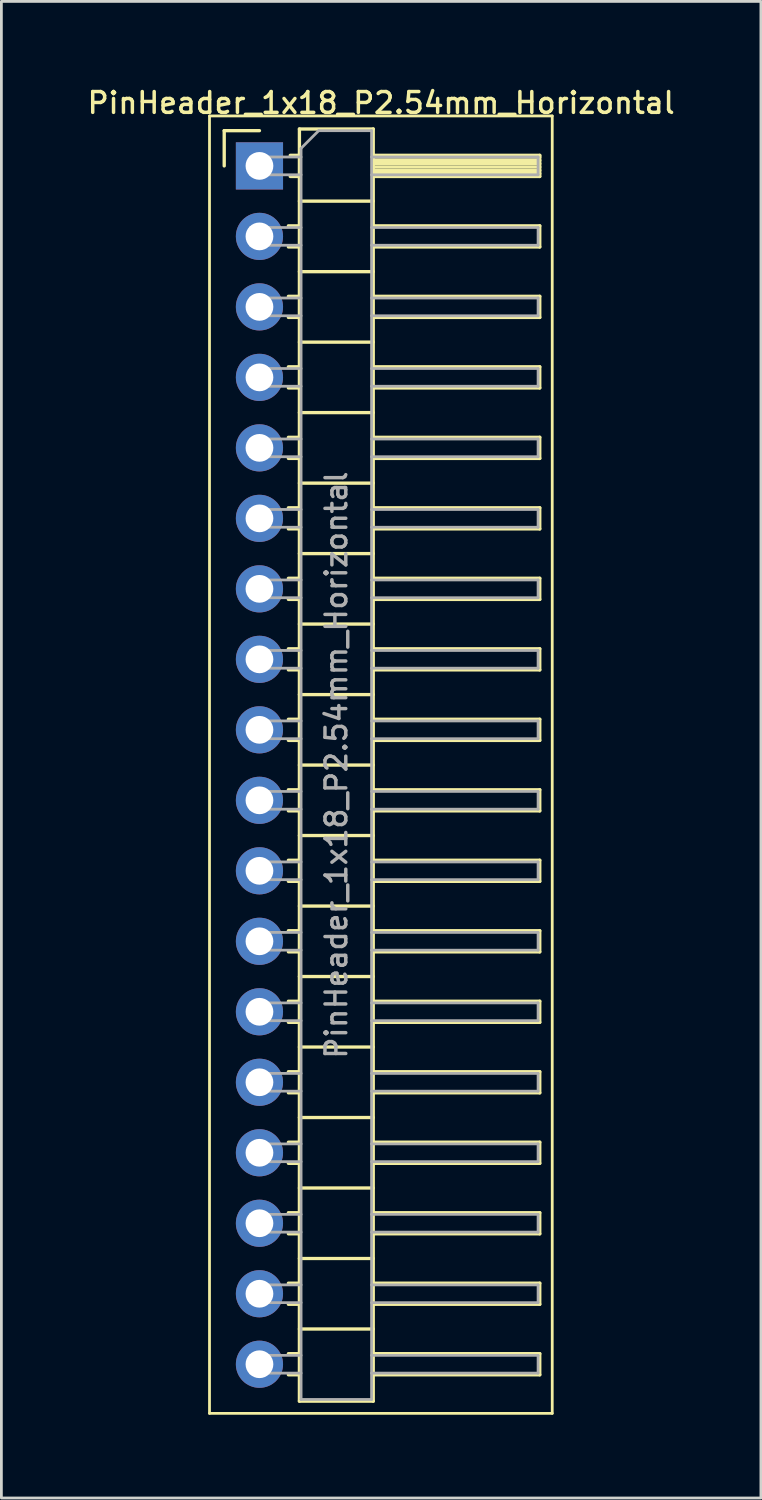
<source format=kicad_pcb>
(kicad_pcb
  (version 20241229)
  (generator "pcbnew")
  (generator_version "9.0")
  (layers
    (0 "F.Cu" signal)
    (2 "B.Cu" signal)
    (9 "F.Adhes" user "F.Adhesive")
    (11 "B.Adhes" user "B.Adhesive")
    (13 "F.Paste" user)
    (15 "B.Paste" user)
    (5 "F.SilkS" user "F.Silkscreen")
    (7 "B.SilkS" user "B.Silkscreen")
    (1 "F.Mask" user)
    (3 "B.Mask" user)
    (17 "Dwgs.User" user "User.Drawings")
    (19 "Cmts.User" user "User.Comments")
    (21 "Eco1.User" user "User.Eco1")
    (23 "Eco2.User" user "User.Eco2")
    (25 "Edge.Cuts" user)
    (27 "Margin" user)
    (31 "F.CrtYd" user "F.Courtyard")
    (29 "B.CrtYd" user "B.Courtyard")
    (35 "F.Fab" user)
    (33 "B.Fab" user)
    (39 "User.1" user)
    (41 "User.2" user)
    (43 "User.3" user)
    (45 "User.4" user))
  (footprint "PinHeader_1x18_P2.54mm_Horizontal"
    (layer "F.Cu")
    (at 6.299 2.928)
    (property "Reference" "PinHeader_1x18_P2.54mm_Horizontal" (at 4.385 -2.27 0) (layer "F.SilkS") (effects (font (size 0.75 0.75) (thickness 0.125))))
    (attr through_hole)
    (fp_line (start -1.8 -1.8) (end -1.8 44.95) (stroke (width 0.1) (type solid)) (layer "F.SilkS"))
    (fp_line (start -1.8 44.95) (end 10.55 44.95) (stroke (width 0.1) (type solid)) (layer "F.SilkS"))
    (fp_line (start -1.27 -1.27) (end 0 -1.27) (stroke (width 0.12) (type solid)) (layer "F.SilkS"))
    (fp_line (start -1.27 0) (end -1.27 -1.27) (stroke (width 0.12) (type solid)) (layer "F.SilkS"))
    (fp_line (start 1.043 2.16) (end 1.44 2.16) (stroke (width 0.12) (type solid)) (layer "F.SilkS"))
    (fp_line (start 1.043 2.92) (end 1.44 2.92) (stroke (width 0.12) (type solid)) (layer "F.SilkS"))
    (fp_line (start 1.043 4.7) (end 1.44 4.7) (stroke (width 0.12) (type solid)) (layer "F.SilkS"))
    (fp_line (start 1.043 5.46) (end 1.44 5.46) (stroke (width 0.12) (type solid)) (layer "F.SilkS"))
    (fp_line (start 1.043 7.24) (end 1.44 7.24) (stroke (width 0.12) (type solid)) (layer "F.SilkS"))
    (fp_line (start 1.043 8) (end 1.44 8) (stroke (width 0.12) (type solid)) (layer "F.SilkS"))
    (fp_line (start 1.043 9.78) (end 1.44 9.78) (stroke (width 0.12) (type solid)) (layer "F.SilkS"))
    (fp_line (start 1.043 10.54) (end 1.44 10.54) (stroke (width 0.12) (type solid)) (layer "F.SilkS"))
    (fp_line (start 1.043 12.32) (end 1.44 12.32) (stroke (width 0.12) (type solid)) (layer "F.SilkS"))
    (fp_line (start 1.043 13.08) (end 1.44 13.08) (stroke (width 0.12) (type solid)) (layer "F.SilkS"))
    (fp_line (start 1.043 14.86) (end 1.44 14.86) (stroke (width 0.12) (type solid)) (layer "F.SilkS"))
    (fp_line (start 1.043 15.62) (end 1.44 15.62) (stroke (width 0.12) (type solid)) (layer "F.SilkS"))
    (fp_line (start 1.043 17.4) (end 1.44 17.4) (stroke (width 0.12) (type solid)) (layer "F.SilkS"))
    (fp_line (start 1.043 18.16) (end 1.44 18.16) (stroke (width 0.12) (type solid)) (layer "F.SilkS"))
    (fp_line (start 1.043 19.94) (end 1.44 19.94) (stroke (width 0.12) (type solid)) (layer "F.SilkS"))
    (fp_line (start 1.043 20.7) (end 1.44 20.7) (stroke (width 0.12) (type solid)) (layer "F.SilkS"))
    (fp_line (start 1.043 22.48) (end 1.44 22.48) (stroke (width 0.12) (type solid)) (layer "F.SilkS"))
    (fp_line (start 1.043 23.24) (end 1.44 23.24) (stroke (width 0.12) (type solid)) (layer "F.SilkS"))
    (fp_line (start 1.043 25.02) (end 1.44 25.02) (stroke (width 0.12) (type solid)) (layer "F.SilkS"))
    (fp_line (start 1.043 25.78) (end 1.44 25.78) (stroke (width 0.12) (type solid)) (layer "F.SilkS"))
    (fp_line (start 1.043 27.56) (end 1.44 27.56) (stroke (width 0.12) (type solid)) (layer "F.SilkS"))
    (fp_line (start 1.043 28.32) (end 1.44 28.32) (stroke (width 0.12) (type solid)) (layer "F.SilkS"))
    (fp_line (start 1.043 30.1) (end 1.44 30.1) (stroke (width 0.12) (type solid)) (layer "F.SilkS"))
    (fp_line (start 1.043 30.86) (end 1.44 30.86) (stroke (width 0.12) (type solid)) (layer "F.SilkS"))
    (fp_line (start 1.043 32.64) (end 1.44 32.64) (stroke (width 0.12) (type solid)) (layer "F.SilkS"))
    (fp_line (start 1.043 33.4) (end 1.44 33.4) (stroke (width 0.12) (type solid)) (layer "F.SilkS"))
    (fp_line (start 1.043 35.18) (end 1.44 35.18) (stroke (width 0.12) (type solid)) (layer "F.SilkS"))
    (fp_line (start 1.043 35.94) (end 1.44 35.94) (stroke (width 0.12) (type solid)) (layer "F.SilkS"))
    (fp_line (start 1.043 37.72) (end 1.44 37.72) (stroke (width 0.12) (type solid)) (layer "F.SilkS"))
    (fp_line (start 1.043 38.48) (end 1.44 38.48) (stroke (width 0.12) (type solid)) (layer "F.SilkS"))
    (fp_line (start 1.043 40.26) (end 1.44 40.26) (stroke (width 0.12) (type solid)) (layer "F.SilkS"))
    (fp_line (start 1.043 41.02) (end 1.44 41.02) (stroke (width 0.12) (type solid)) (layer "F.SilkS"))
    (fp_line (start 1.043 42.8) (end 1.44 42.8) (stroke (width 0.12) (type solid)) (layer "F.SilkS"))
    (fp_line (start 1.043 43.56) (end 1.44 43.56) (stroke (width 0.12) (type solid)) (layer "F.SilkS"))
    (fp_line (start 1.11 -0.38) (end 1.44 -0.38) (stroke (width 0.12) (type solid)) (layer "F.SilkS"))
    (fp_line (start 1.11 0.38) (end 1.44 0.38) (stroke (width 0.12) (type solid)) (layer "F.SilkS"))
    (fp_line (start 1.44 -1.33) (end 1.44 44.51) (stroke (width 0.12) (type solid)) (layer "F.SilkS"))
    (fp_line (start 1.44 1.27) (end 4.1 1.27) (stroke (width 0.12) (type solid)) (layer "F.SilkS"))
    (fp_line (start 1.44 3.81) (end 4.1 3.81) (stroke (width 0.12) (type solid)) (layer "F.SilkS"))
    (fp_line (start 1.44 6.35) (end 4.1 6.35) (stroke (width 0.12) (type solid)) (layer "F.SilkS"))
    (fp_line (start 1.44 8.89) (end 4.1 8.89) (stroke (width 0.12) (type solid)) (layer "F.SilkS"))
    (fp_line (start 1.44 11.43) (end 4.1 11.43) (stroke (width 0.12) (type solid)) (layer "F.SilkS"))
    (fp_line (start 1.44 13.97) (end 4.1 13.97) (stroke (width 0.12) (type solid)) (layer "F.SilkS"))
    (fp_line (start 1.44 16.51) (end 4.1 16.51) (stroke (width 0.12) (type solid)) (layer "F.SilkS"))
    (fp_line (start 1.44 19.05) (end 4.1 19.05) (stroke (width 0.12) (type solid)) (layer "F.SilkS"))
    (fp_line (start 1.44 21.59) (end 4.1 21.59) (stroke (width 0.12) (type solid)) (layer "F.SilkS"))
    (fp_line (start 1.44 24.13) (end 4.1 24.13) (stroke (width 0.12) (type solid)) (layer "F.SilkS"))
    (fp_line (start 1.44 26.67) (end 4.1 26.67) (stroke (width 0.12) (type solid)) (layer "F.SilkS"))
    (fp_line (start 1.44 29.21) (end 4.1 29.21) (stroke (width 0.12) (type solid)) (layer "F.SilkS"))
    (fp_line (start 1.44 31.75) (end 4.1 31.75) (stroke (width 0.12) (type solid)) (layer "F.SilkS"))
    (fp_line (start 1.44 34.29) (end 4.1 34.29) (stroke (width 0.12) (type solid)) (layer "F.SilkS"))
    (fp_line (start 1.44 36.83) (end 4.1 36.83) (stroke (width 0.12) (type solid)) (layer "F.SilkS"))
    (fp_line (start 1.44 39.37) (end 4.1 39.37) (stroke (width 0.12) (type solid)) (layer "F.SilkS"))
    (fp_line (start 1.44 41.91) (end 4.1 41.91) (stroke (width 0.12) (type solid)) (layer "F.SilkS"))
    (fp_line (start 1.44 44.51) (end 4.1 44.51) (stroke (width 0.12) (type solid)) (layer "F.SilkS"))
    (fp_line (start 4.1 -1.33) (end 1.44 -1.33) (stroke (width 0.12) (type solid)) (layer "F.SilkS"))
    (fp_line (start 4.1 -0.38) (end 10.1 -0.38) (stroke (width 0.12) (type solid)) (layer "F.SilkS"))
    (fp_line (start 4.1 -0.32) (end 10.1 -0.32) (stroke (width 0.12) (type solid)) (layer "F.SilkS"))
    (fp_line (start 4.1 -0.2) (end 10.1 -0.2) (stroke (width 0.12) (type solid)) (layer "F.SilkS"))
    (fp_line (start 4.1 -0.08) (end 10.1 -0.08) (stroke (width 0.12) (type solid)) (layer "F.SilkS"))
    (fp_line (start 4.1 0.04) (end 10.1 0.04) (stroke (width 0.12) (type solid)) (layer "F.SilkS"))
    (fp_line (start 4.1 0.16) (end 10.1 0.16) (stroke (width 0.12) (type solid)) (layer "F.SilkS"))
    (fp_line (start 4.1 0.28) (end 10.1 0.28) (stroke (width 0.12) (type solid)) (layer "F.SilkS"))
    (fp_line (start 4.1 2.16) (end 10.1 2.16) (stroke (width 0.12) (type solid)) (layer "F.SilkS"))
    (fp_line (start 4.1 4.7) (end 10.1 4.7) (stroke (width 0.12) (type solid)) (layer "F.SilkS"))
    (fp_line (start 4.1 7.24) (end 10.1 7.24) (stroke (width 0.12) (type solid)) (layer "F.SilkS"))
    (fp_line (start 4.1 9.78) (end 10.1 9.78) (stroke (width 0.12) (type solid)) (layer "F.SilkS"))
    (fp_line (start 4.1 12.32) (end 10.1 12.32) (stroke (width 0.12) (type solid)) (layer "F.SilkS"))
    (fp_line (start 4.1 14.86) (end 10.1 14.86) (stroke (width 0.12) (type solid)) (layer "F.SilkS"))
    (fp_line (start 4.1 17.4) (end 10.1 17.4) (stroke (width 0.12) (type solid)) (layer "F.SilkS"))
    (fp_line (start 4.1 19.94) (end 10.1 19.94) (stroke (width 0.12) (type solid)) (layer "F.SilkS"))
    (fp_line (start 4.1 22.48) (end 10.1 22.48) (stroke (width 0.12) (type solid)) (layer "F.SilkS"))
    (fp_line (start 4.1 25.02) (end 10.1 25.02) (stroke (width 0.12) (type solid)) (layer "F.SilkS"))
    (fp_line (start 4.1 27.56) (end 10.1 27.56) (stroke (width 0.12) (type solid)) (layer "F.SilkS"))
    (fp_line (start 4.1 30.1) (end 10.1 30.1) (stroke (width 0.12) (type solid)) (layer "F.SilkS"))
    (fp_line (start 4.1 32.64) (end 10.1 32.64) (stroke (width 0.12) (type solid)) (layer "F.SilkS"))
    (fp_line (start 4.1 35.18) (end 10.1 35.18) (stroke (width 0.12) (type solid)) (layer "F.SilkS"))
    (fp_line (start 4.1 37.72) (end 10.1 37.72) (stroke (width 0.12) (type solid)) (layer "F.SilkS"))
    (fp_line (start 4.1 40.26) (end 10.1 40.26) (stroke (width 0.12) (type solid)) (layer "F.SilkS"))
    (fp_line (start 4.1 42.8) (end 10.1 42.8) (stroke (width 0.12) (type solid)) (layer "F.SilkS"))
    (fp_line (start 4.1 44.51) (end 4.1 -1.33) (stroke (width 0.12) (type solid)) (layer "F.SilkS"))
    (fp_line (start 10.1 -0.38) (end 10.1 0.38) (stroke (width 0.12) (type solid)) (layer "F.SilkS"))
    (fp_line (start 10.1 0.38) (end 4.1 0.38) (stroke (width 0.12) (type solid)) (layer "F.SilkS"))
    (fp_line (start 10.1 2.16) (end 10.1 2.92) (stroke (width 0.12) (type solid)) (layer "F.SilkS"))
    (fp_line (start 10.1 2.92) (end 4.1 2.92) (stroke (width 0.12) (type solid)) (layer "F.SilkS"))
    (fp_line (start 10.1 4.7) (end 10.1 5.46) (stroke (width 0.12) (type solid)) (layer "F.SilkS"))
    (fp_line (start 10.1 5.46) (end 4.1 5.46) (stroke (width 0.12) (type solid)) (layer "F.SilkS"))
    (fp_line (start 10.1 7.24) (end 10.1 8) (stroke (width 0.12) (type solid)) (layer "F.SilkS"))
    (fp_line (start 10.1 8) (end 4.1 8) (stroke (width 0.12) (type solid)) (layer "F.SilkS"))
    (fp_line (start 10.1 9.78) (end 10.1 10.54) (stroke (width 0.12) (type solid)) (layer "F.SilkS"))
    (fp_line (start 10.1 10.54) (end 4.1 10.54) (stroke (width 0.12) (type solid)) (layer "F.SilkS"))
    (fp_line (start 10.1 12.32) (end 10.1 13.08) (stroke (width 0.12) (type solid)) (layer "F.SilkS"))
    (fp_line (start 10.1 13.08) (end 4.1 13.08) (stroke (width 0.12) (type solid)) (layer "F.SilkS"))
    (fp_line (start 10.1 14.86) (end 10.1 15.62) (stroke (width 0.12) (type solid)) (layer "F.SilkS"))
    (fp_line (start 10.1 15.62) (end 4.1 15.62) (stroke (width 0.12) (type solid)) (layer "F.SilkS"))
    (fp_line (start 10.1 17.4) (end 10.1 18.16) (stroke (width 0.12) (type solid)) (layer "F.SilkS"))
    (fp_line (start 10.1 18.16) (end 4.1 18.16) (stroke (width 0.12) (type solid)) (layer "F.SilkS"))
    (fp_line (start 10.1 19.94) (end 10.1 20.7) (stroke (width 0.12) (type solid)) (layer "F.SilkS"))
    (fp_line (start 10.1 20.7) (end 4.1 20.7) (stroke (width 0.12) (type solid)) (layer "F.SilkS"))
    (fp_line (start 10.1 22.48) (end 10.1 23.24) (stroke (width 0.12) (type solid)) (layer "F.SilkS"))
    (fp_line (start 10.1 23.24) (end 4.1 23.24) (stroke (width 0.12) (type solid)) (layer "F.SilkS"))
    (fp_line (start 10.1 25.02) (end 10.1 25.78) (stroke (width 0.12) (type solid)) (layer "F.SilkS"))
    (fp_line (start 10.1 25.78) (end 4.1 25.78) (stroke (width 0.12) (type solid)) (layer "F.SilkS"))
    (fp_line (start 10.1 27.56) (end 10.1 28.32) (stroke (width 0.12) (type solid)) (layer "F.SilkS"))
    (fp_line (start 10.1 28.32) (end 4.1 28.32) (stroke (width 0.12) (type solid)) (layer "F.SilkS"))
    (fp_line (start 10.1 30.1) (end 10.1 30.86) (stroke (width 0.12) (type solid)) (layer "F.SilkS"))
    (fp_line (start 10.1 30.86) (end 4.1 30.86) (stroke (width 0.12) (type solid)) (layer "F.SilkS"))
    (fp_line (start 10.1 32.64) (end 10.1 33.4) (stroke (width 0.12) (type solid)) (layer "F.SilkS"))
    (fp_line (start 10.1 33.4) (end 4.1 33.4) (stroke (width 0.12) (type solid)) (layer "F.SilkS"))
    (fp_line (start 10.1 35.18) (end 10.1 35.94) (stroke (width 0.12) (type solid)) (layer "F.SilkS"))
    (fp_line (start 10.1 35.94) (end 4.1 35.94) (stroke (width 0.12) (type solid)) (layer "F.SilkS"))
    (fp_line (start 10.1 37.72) (end 10.1 38.48) (stroke (width 0.12) (type solid)) (layer "F.SilkS"))
    (fp_line (start 10.1 38.48) (end 4.1 38.48) (stroke (width 0.12) (type solid)) (layer "F.SilkS"))
    (fp_line (start 10.1 40.26) (end 10.1 41.02) (stroke (width 0.12) (type solid)) (layer "F.SilkS"))
    (fp_line (start 10.1 41.02) (end 4.1 41.02) (stroke (width 0.12) (type solid)) (layer "F.SilkS"))
    (fp_line (start 10.1 42.8) (end 10.1 43.56) (stroke (width 0.12) (type solid)) (layer "F.SilkS"))
    (fp_line (start 10.1 43.56) (end 4.1 43.56) (stroke (width 0.12) (type solid)) (layer "F.SilkS"))
    (fp_line (start 10.55 -1.8) (end -1.8 -1.8) (stroke (width 0.1) (type solid)) (layer "F.SilkS"))
    (fp_line (start 10.55 44.95) (end 10.55 -1.8) (stroke (width 0.1) (type solid)) (layer "F.SilkS"))
    (fp_line (start -0.32 -0.32) (end -0.32 0.32) (stroke (width 0.1) (type solid)) (layer "F.Fab"))
    (fp_line (start -0.32 -0.32) (end 1.5 -0.32) (stroke (width 0.1) (type solid)) (layer "F.Fab"))
    (fp_line (start -0.32 0.32) (end 1.5 0.32) (stroke (width 0.1) (type solid)) (layer "F.Fab"))
    (fp_line (start -0.32 2.22) (end -0.32 2.86) (stroke (width 0.1) (type solid)) (layer "F.Fab"))
    (fp_line (start -0.32 2.22) (end 1.5 2.22) (stroke (width 0.1) (type solid)) (layer "F.Fab"))
    (fp_line (start -0.32 2.86) (end 1.5 2.86) (stroke (width 0.1) (type solid)) (layer "F.Fab"))
    (fp_line (start -0.32 4.76) (end -0.32 5.4) (stroke (width 0.1) (type solid)) (layer "F.Fab"))
    (fp_line (start -0.32 4.76) (end 1.5 4.76) (stroke (width 0.1) (type solid)) (layer "F.Fab"))
    (fp_line (start -0.32 5.4) (end 1.5 5.4) (stroke (width 0.1) (type solid)) (layer "F.Fab"))
    (fp_line (start -0.32 7.3) (end -0.32 7.94) (stroke (width 0.1) (type solid)) (layer "F.Fab"))
    (fp_line (start -0.32 7.3) (end 1.5 7.3) (stroke (width 0.1) (type solid)) (layer "F.Fab"))
    (fp_line (start -0.32 7.94) (end 1.5 7.94) (stroke (width 0.1) (type solid)) (layer "F.Fab"))
    (fp_line (start -0.32 9.84) (end -0.32 10.48) (stroke (width 0.1) (type solid)) (layer "F.Fab"))
    (fp_line (start -0.32 9.84) (end 1.5 9.84) (stroke (width 0.1) (type solid)) (layer "F.Fab"))
    (fp_line (start -0.32 10.48) (end 1.5 10.48) (stroke (width 0.1) (type solid)) (layer "F.Fab"))
    (fp_line (start -0.32 12.38) (end -0.32 13.02) (stroke (width 0.1) (type solid)) (layer "F.Fab"))
    (fp_line (start -0.32 12.38) (end 1.5 12.38) (stroke (width 0.1) (type solid)) (layer "F.Fab"))
    (fp_line (start -0.32 13.02) (end 1.5 13.02) (stroke (width 0.1) (type solid)) (layer "F.Fab"))
    (fp_line (start -0.32 14.92) (end -0.32 15.56) (stroke (width 0.1) (type solid)) (layer "F.Fab"))
    (fp_line (start -0.32 14.92) (end 1.5 14.92) (stroke (width 0.1) (type solid)) (layer "F.Fab"))
    (fp_line (start -0.32 15.56) (end 1.5 15.56) (stroke (width 0.1) (type solid)) (layer "F.Fab"))
    (fp_line (start -0.32 17.46) (end -0.32 18.1) (stroke (width 0.1) (type solid)) (layer "F.Fab"))
    (fp_line (start -0.32 17.46) (end 1.5 17.46) (stroke (width 0.1) (type solid)) (layer "F.Fab"))
    (fp_line (start -0.32 18.1) (end 1.5 18.1) (stroke (width 0.1) (type solid)) (layer "F.Fab"))
    (fp_line (start -0.32 20) (end -0.32 20.64) (stroke (width 0.1) (type solid)) (layer "F.Fab"))
    (fp_line (start -0.32 20) (end 1.5 20) (stroke (width 0.1) (type solid)) (layer "F.Fab"))
    (fp_line (start -0.32 20.64) (end 1.5 20.64) (stroke (width 0.1) (type solid)) (layer "F.Fab"))
    (fp_line (start -0.32 22.54) (end -0.32 23.18) (stroke (width 0.1) (type solid)) (layer "F.Fab"))
    (fp_line (start -0.32 22.54) (end 1.5 22.54) (stroke (width 0.1) (type solid)) (layer "F.Fab"))
    (fp_line (start -0.32 23.18) (end 1.5 23.18) (stroke (width 0.1) (type solid)) (layer "F.Fab"))
    (fp_line (start -0.32 25.08) (end -0.32 25.72) (stroke (width 0.1) (type solid)) (layer "F.Fab"))
    (fp_line (start -0.32 25.08) (end 1.5 25.08) (stroke (width 0.1) (type solid)) (layer "F.Fab"))
    (fp_line (start -0.32 25.72) (end 1.5 25.72) (stroke (width 0.1) (type solid)) (layer "F.Fab"))
    (fp_line (start -0.32 27.62) (end -0.32 28.26) (stroke (width 0.1) (type solid)) (layer "F.Fab"))
    (fp_line (start -0.32 27.62) (end 1.5 27.62) (stroke (width 0.1) (type solid)) (layer "F.Fab"))
    (fp_line (start -0.32 28.26) (end 1.5 28.26) (stroke (width 0.1) (type solid)) (layer "F.Fab"))
    (fp_line (start -0.32 30.16) (end -0.32 30.8) (stroke (width 0.1) (type solid)) (layer "F.Fab"))
    (fp_line (start -0.32 30.16) (end 1.5 30.16) (stroke (width 0.1) (type solid)) (layer "F.Fab"))
    (fp_line (start -0.32 30.8) (end 1.5 30.8) (stroke (width 0.1) (type solid)) (layer "F.Fab"))
    (fp_line (start -0.32 32.7) (end -0.32 33.34) (stroke (width 0.1) (type solid)) (layer "F.Fab"))
    (fp_line (start -0.32 32.7) (end 1.5 32.7) (stroke (width 0.1) (type solid)) (layer "F.Fab"))
    (fp_line (start -0.32 33.34) (end 1.5 33.34) (stroke (width 0.1) (type solid)) (layer "F.Fab"))
    (fp_line (start -0.32 35.24) (end -0.32 35.88) (stroke (width 0.1) (type solid)) (layer "F.Fab"))
    (fp_line (start -0.32 35.24) (end 1.5 35.24) (stroke (width 0.1) (type solid)) (layer "F.Fab"))
    (fp_line (start -0.32 35.88) (end 1.5 35.88) (stroke (width 0.1) (type solid)) (layer "F.Fab"))
    (fp_line (start -0.32 37.78) (end -0.32 38.42) (stroke (width 0.1) (type solid)) (layer "F.Fab"))
    (fp_line (start -0.32 37.78) (end 1.5 37.78) (stroke (width 0.1) (type solid)) (layer "F.Fab"))
    (fp_line (start -0.32 38.42) (end 1.5 38.42) (stroke (width 0.1) (type solid)) (layer "F.Fab"))
    (fp_line (start -0.32 40.32) (end -0.32 40.96) (stroke (width 0.1) (type solid)) (layer "F.Fab"))
    (fp_line (start -0.32 40.32) (end 1.5 40.32) (stroke (width 0.1) (type solid)) (layer "F.Fab"))
    (fp_line (start -0.32 40.96) (end 1.5 40.96) (stroke (width 0.1) (type solid)) (layer "F.Fab"))
    (fp_line (start -0.32 42.86) (end -0.32 43.5) (stroke (width 0.1) (type solid)) (layer "F.Fab"))
    (fp_line (start -0.32 42.86) (end 1.5 42.86) (stroke (width 0.1) (type solid)) (layer "F.Fab"))
    (fp_line (start -0.32 43.5) (end 1.5 43.5) (stroke (width 0.1) (type solid)) (layer "F.Fab"))
    (fp_line (start 1.5 -0.635) (end 2.135 -1.27) (stroke (width 0.1) (type solid)) (layer "F.Fab"))
    (fp_line (start 1.5 44.45) (end 1.5 -0.635) (stroke (width 0.1) (type solid)) (layer "F.Fab"))
    (fp_line (start 2.135 -1.27) (end 4.04 -1.27) (stroke (width 0.1) (type solid)) (layer "F.Fab"))
    (fp_line (start 4.04 -1.27) (end 4.04 44.45) (stroke (width 0.1) (type solid)) (layer "F.Fab"))
    (fp_line (start 4.04 -0.32) (end 10.04 -0.32) (stroke (width 0.1) (type solid)) (layer "F.Fab"))
    (fp_line (start 4.04 0.32) (end 10.04 0.32) (stroke (width 0.1) (type solid)) (layer "F.Fab"))
    (fp_line (start 4.04 2.22) (end 10.04 2.22) (stroke (width 0.1) (type solid)) (layer "F.Fab"))
    (fp_line (start 4.04 2.86) (end 10.04 2.86) (stroke (width 0.1) (type solid)) (layer "F.Fab"))
    (fp_line (start 4.04 4.76) (end 10.04 4.76) (stroke (width 0.1) (type solid)) (layer "F.Fab"))
    (fp_line (start 4.04 5.4) (end 10.04 5.4) (stroke (width 0.1) (type solid)) (layer "F.Fab"))
    (fp_line (start 4.04 7.3) (end 10.04 7.3) (stroke (width 0.1) (type solid)) (layer "F.Fab"))
    (fp_line (start 4.04 7.94) (end 10.04 7.94) (stroke (width 0.1) (type solid)) (layer "F.Fab"))
    (fp_line (start 4.04 9.84) (end 10.04 9.84) (stroke (width 0.1) (type solid)) (layer "F.Fab"))
    (fp_line (start 4.04 10.48) (end 10.04 10.48) (stroke (width 0.1) (type solid)) (layer "F.Fab"))
    (fp_line (start 4.04 12.38) (end 10.04 12.38) (stroke (width 0.1) (type solid)) (layer "F.Fab"))
    (fp_line (start 4.04 13.02) (end 10.04 13.02) (stroke (width 0.1) (type solid)) (layer "F.Fab"))
    (fp_line (start 4.04 14.92) (end 10.04 14.92) (stroke (width 0.1) (type solid)) (layer "F.Fab"))
    (fp_line (start 4.04 15.56) (end 10.04 15.56) (stroke (width 0.1) (type solid)) (layer "F.Fab"))
    (fp_line (start 4.04 17.46) (end 10.04 17.46) (stroke (width 0.1) (type solid)) (layer "F.Fab"))
    (fp_line (start 4.04 18.1) (end 10.04 18.1) (stroke (width 0.1) (type solid)) (layer "F.Fab"))
    (fp_line (start 4.04 20) (end 10.04 20) (stroke (width 0.1) (type solid)) (layer "F.Fab"))
    (fp_line (start 4.04 20.64) (end 10.04 20.64) (stroke (width 0.1) (type solid)) (layer "F.Fab"))
    (fp_line (start 4.04 22.54) (end 10.04 22.54) (stroke (width 0.1) (type solid)) (layer "F.Fab"))
    (fp_line (start 4.04 23.18) (end 10.04 23.18) (stroke (width 0.1) (type solid)) (layer "F.Fab"))
    (fp_line (start 4.04 25.08) (end 10.04 25.08) (stroke (width 0.1) (type solid)) (layer "F.Fab"))
    (fp_line (start 4.04 25.72) (end 10.04 25.72) (stroke (width 0.1) (type solid)) (layer "F.Fab"))
    (fp_line (start 4.04 27.62) (end 10.04 27.62) (stroke (width 0.1) (type solid)) (layer "F.Fab"))
    (fp_line (start 4.04 28.26) (end 10.04 28.26) (stroke (width 0.1) (type solid)) (layer "F.Fab"))
    (fp_line (start 4.04 30.16) (end 10.04 30.16) (stroke (width 0.1) (type solid)) (layer "F.Fab"))
    (fp_line (start 4.04 30.8) (end 10.04 30.8) (stroke (width 0.1) (type solid)) (layer "F.Fab"))
    (fp_line (start 4.04 32.7) (end 10.04 32.7) (stroke (width 0.1) (type solid)) (layer "F.Fab"))
    (fp_line (start 4.04 33.34) (end 10.04 33.34) (stroke (width 0.1) (type solid)) (layer "F.Fab"))
    (fp_line (start 4.04 35.24) (end 10.04 35.24) (stroke (width 0.1) (type solid)) (layer "F.Fab"))
    (fp_line (start 4.04 35.88) (end 10.04 35.88) (stroke (width 0.1) (type solid)) (layer "F.Fab"))
    (fp_line (start 4.04 37.78) (end 10.04 37.78) (stroke (width 0.1) (type solid)) (layer "F.Fab"))
    (fp_line (start 4.04 38.42) (end 10.04 38.42) (stroke (width 0.1) (type solid)) (layer "F.Fab"))
    (fp_line (start 4.04 40.32) (end 10.04 40.32) (stroke (width 0.1) (type solid)) (layer "F.Fab"))
    (fp_line (start 4.04 40.96) (end 10.04 40.96) (stroke (width 0.1) (type solid)) (layer "F.Fab"))
    (fp_line (start 4.04 42.86) (end 10.04 42.86) (stroke (width 0.1) (type solid)) (layer "F.Fab"))
    (fp_line (start 4.04 43.5) (end 10.04 43.5) (stroke (width 0.1) (type solid)) (layer "F.Fab"))
    (fp_line (start 4.04 44.45) (end 1.5 44.45) (stroke (width 0.1) (type solid)) (layer "F.Fab"))
    (fp_line (start 10.04 -0.32) (end 10.04 0.32) (stroke (width 0.1) (type solid)) (layer "F.Fab"))
    (fp_line (start 10.04 2.22) (end 10.04 2.86) (stroke (width 0.1) (type solid)) (layer "F.Fab"))
    (fp_line (start 10.04 4.76) (end 10.04 5.4) (stroke (width 0.1) (type solid)) (layer "F.Fab"))
    (fp_line (start 10.04 7.3) (end 10.04 7.94) (stroke (width 0.1) (type solid)) (layer "F.Fab"))
    (fp_line (start 10.04 9.84) (end 10.04 10.48) (stroke (width 0.1) (type solid)) (layer "F.Fab"))
    (fp_line (start 10.04 12.38) (end 10.04 13.02) (stroke (width 0.1) (type solid)) (layer "F.Fab"))
    (fp_line (start 10.04 14.92) (end 10.04 15.56) (stroke (width 0.1) (type solid)) (layer "F.Fab"))
    (fp_line (start 10.04 17.46) (end 10.04 18.1) (stroke (width 0.1) (type solid)) (layer "F.Fab"))
    (fp_line (start 10.04 20) (end 10.04 20.64) (stroke (width 0.1) (type solid)) (layer "F.Fab"))
    (fp_line (start 10.04 22.54) (end 10.04 23.18) (stroke (width 0.1) (type solid)) (layer "F.Fab"))
    (fp_line (start 10.04 25.08) (end 10.04 25.72) (stroke (width 0.1) (type solid)) (layer "F.Fab"))
    (fp_line (start 10.04 27.62) (end 10.04 28.26) (stroke (width 0.1) (type solid)) (layer "F.Fab"))
    (fp_line (start 10.04 30.16) (end 10.04 30.8) (stroke (width 0.1) (type solid)) (layer "F.Fab"))
    (fp_line (start 10.04 32.7) (end 10.04 33.34) (stroke (width 0.1) (type solid)) (layer "F.Fab"))
    (fp_line (start 10.04 35.24) (end 10.04 35.88) (stroke (width 0.1) (type solid)) (layer "F.Fab"))
    (fp_line (start 10.04 37.78) (end 10.04 38.42) (stroke (width 0.1) (type solid)) (layer "F.Fab"))
    (fp_line (start 10.04 40.32) (end 10.04 40.96) (stroke (width 0.1) (type solid)) (layer "F.Fab"))
    (fp_line (start 10.04 42.86) (end 10.04 43.5) (stroke (width 0.1) (type solid)) (layer "F.Fab"))
    (fp_text user "${REFERENCE}" (at 2.77 21.59 90) (layer "F.Fab") (effects (font (size 0.75 0.75) (thickness 0.125))))
    (pad "1" thru_hole rect (at 0 0) (size 1.7 1.7) (drill 1) (layers "*.Cu" "*.Mask"))
    (pad "2" thru_hole oval (at 0 2.54) (size 1.7 1.7) (drill 1) (layers "*.Cu" "*.Mask"))
    (pad "3" thru_hole oval (at 0 5.08) (size 1.7 1.7) (drill 1) (layers "*.Cu" "*.Mask"))
    (pad "4" thru_hole oval (at 0 7.62) (size 1.7 1.7) (drill 1) (layers "*.Cu" "*.Mask"))
    (pad "5" thru_hole oval (at 0 10.16) (size 1.7 1.7) (drill 1) (layers "*.Cu" "*.Mask"))
    (pad "6" thru_hole oval (at 0 12.7) (size 1.7 1.7) (drill 1) (layers "*.Cu" "*.Mask"))
    (pad "7" thru_hole oval (at 0 15.24) (size 1.7 1.7) (drill 1) (layers "*.Cu" "*.Mask"))
    (pad "8" thru_hole oval (at 0 17.78) (size 1.7 1.7) (drill 1) (layers "*.Cu" "*.Mask"))
    (pad "9" thru_hole oval (at 0 20.32) (size 1.7 1.7) (drill 1) (layers "*.Cu" "*.Mask"))
    (pad "10" thru_hole oval (at 0 22.86) (size 1.7 1.7) (drill 1) (layers "*.Cu" "*.Mask"))
    (pad "11" thru_hole oval (at 0 25.4) (size 1.7 1.7) (drill 1) (layers "*.Cu" "*.Mask"))
    (pad "12" thru_hole oval (at 0 27.94) (size 1.7 1.7) (drill 1) (layers "*.Cu" "*.Mask"))
    (pad "13" thru_hole oval (at 0 30.48) (size 1.7 1.7) (drill 1) (layers "*.Cu" "*.Mask"))
    (pad "14" thru_hole oval (at 0 33.02) (size 1.7 1.7) (drill 1) (layers "*.Cu" "*.Mask"))
    (pad "15" thru_hole oval (at 0 35.56) (size 1.7 1.7) (drill 1) (layers "*.Cu" "*.Mask"))
    (pad "16" thru_hole oval (at 0 38.1) (size 1.7 1.7) (drill 1) (layers "*.Cu" "*.Mask"))
    (pad "17" thru_hole oval (at 0 40.64) (size 1.7 1.7) (drill 1) (layers "*.Cu" "*.Mask"))
    (pad "18" thru_hole oval (at 0 43.18) (size 1.7 1.7) (drill 1) (layers "*.Cu" "*.Mask")))
  (gr_rect
    (start -3 -3)
    (end 24.368 50.928)
    (stroke (width 0.1) (type default))
    (fill no)
    (layer "Edge.Cuts")))
</source>
